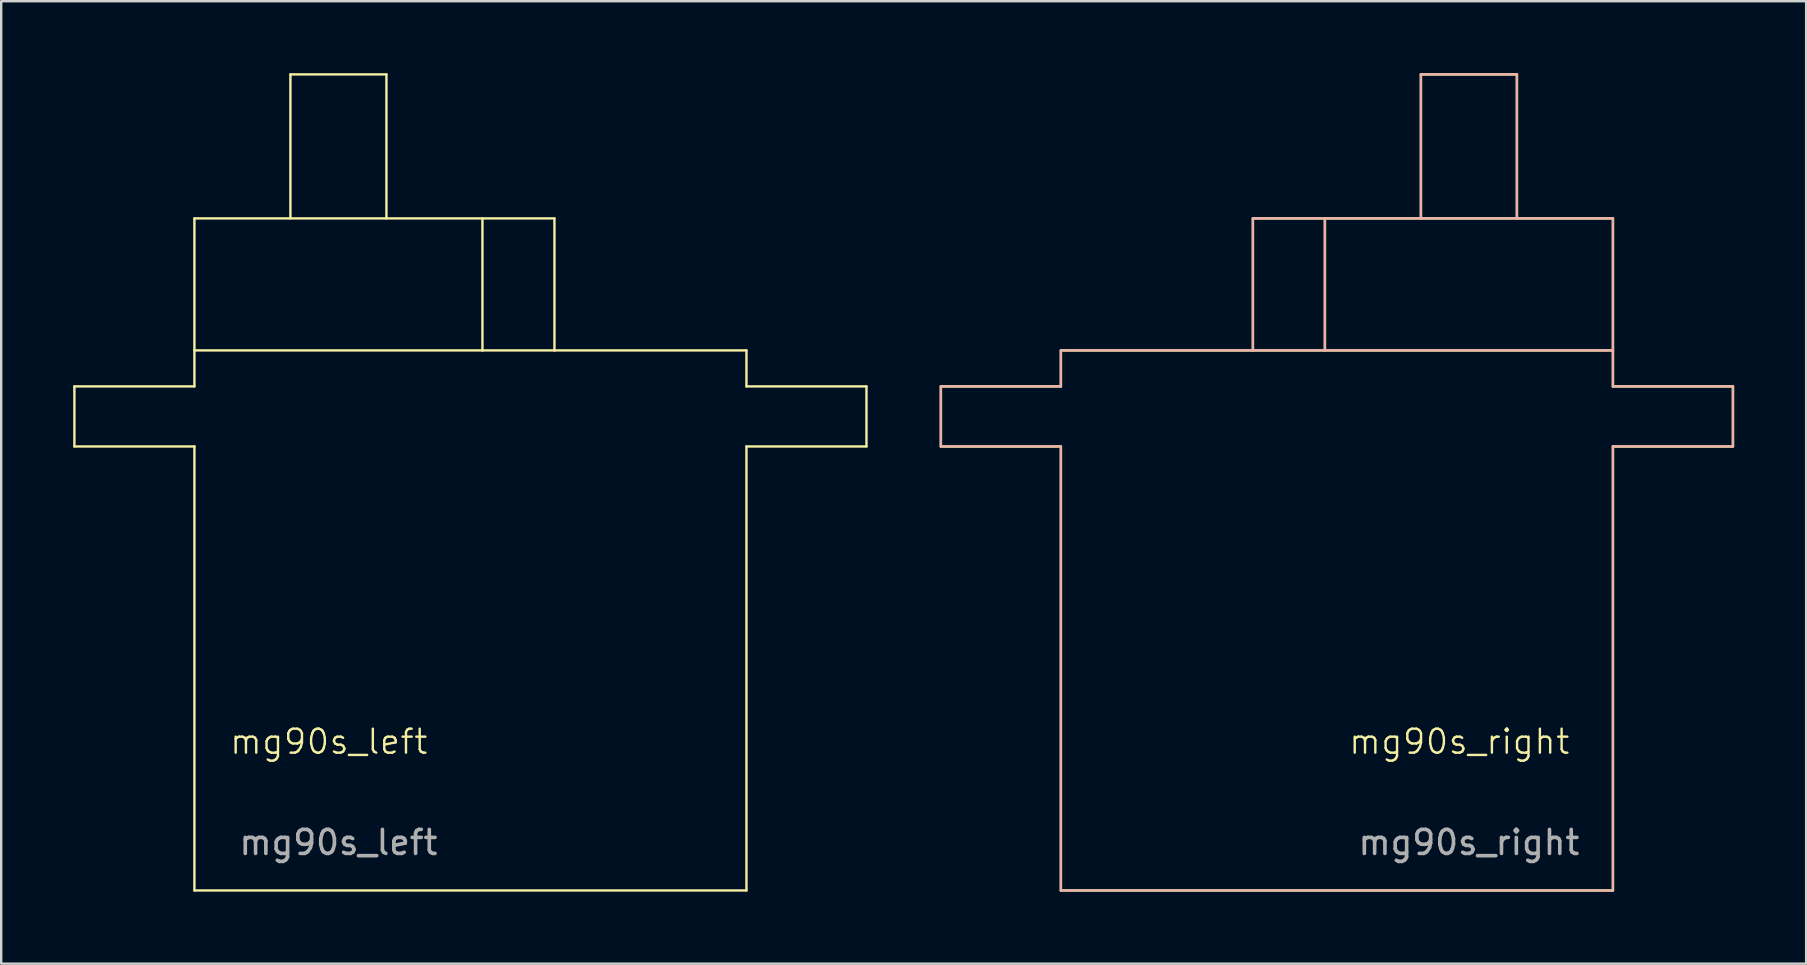
<source format=kicad_pcb>
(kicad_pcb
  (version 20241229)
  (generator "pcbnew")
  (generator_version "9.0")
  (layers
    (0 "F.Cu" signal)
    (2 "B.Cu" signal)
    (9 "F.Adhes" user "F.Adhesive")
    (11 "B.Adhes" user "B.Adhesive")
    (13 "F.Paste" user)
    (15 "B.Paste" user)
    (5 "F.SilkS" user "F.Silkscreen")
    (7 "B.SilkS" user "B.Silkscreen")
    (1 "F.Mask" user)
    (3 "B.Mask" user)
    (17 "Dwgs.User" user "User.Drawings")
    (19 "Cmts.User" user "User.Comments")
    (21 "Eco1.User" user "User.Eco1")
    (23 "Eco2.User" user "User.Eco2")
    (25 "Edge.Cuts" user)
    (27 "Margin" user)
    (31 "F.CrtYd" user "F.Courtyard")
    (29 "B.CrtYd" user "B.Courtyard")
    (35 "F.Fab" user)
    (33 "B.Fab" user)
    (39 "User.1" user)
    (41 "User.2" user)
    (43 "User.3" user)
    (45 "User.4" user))
  (footprint "mg90s_right"
    (layer "F.Cu")
    (at 58.15 15.55)
    (property "Reference" "mg90s_right" (at -0.4 12.3 0) (unlocked yes) (layer "F.SilkS") (effects (font (size 1 1) (thickness 0.1))))
    (fp_line (start -22 -2.5) (end -22 0) (stroke (width 0.1) (type default)) (layer "F.SilkS"))
    (fp_line (start -22 0) (end -17 0) (stroke (width 0.1) (type default)) (layer "F.SilkS"))
    (fp_line (start -17 -4) (end -17 -2.5) (stroke (width 0.1) (type default)) (layer "F.SilkS"))
    (fp_line (start -17 -2.5) (end -22 -2.5) (stroke (width 0.1) (type default)) (layer "F.SilkS"))
    (fp_line (start -17 0) (end -17 18.5) (stroke (width 0.1) (type default)) (layer "F.SilkS"))
    (fp_line (start -17 18.5) (end 6 18.5) (stroke (width 0.1) (type default)) (layer "F.SilkS"))
    (fp_line (start -9 -9.5) (end -9 -4) (stroke (width 0.1) (type default)) (layer "F.SilkS"))
    (fp_line (start -9 -4) (end -17 -4) (stroke (width 0.1) (type default)) (layer "F.SilkS"))
    (fp_line (start -9 -4) (end 6 -4) (stroke (width 0.1) (type default)) (layer "F.SilkS"))
    (fp_line (start -6 -9.5) (end -6 -4) (stroke (width 0.1) (type default)) (layer "F.SilkS"))
    (fp_line (start -2 -15.5) (end 2 -15.5) (stroke (width 0.1) (type default)) (layer "F.SilkS"))
    (fp_line (start -2 -9.5) (end -2 -15.5) (stroke (width 0.1) (type default)) (layer "F.SilkS"))
    (fp_line (start 2 -15.5) (end 2 -9.5) (stroke (width 0.1) (type default)) (layer "F.SilkS"))
    (fp_line (start 6 -9.5) (end -9 -9.5) (stroke (width 0.1) (type default)) (layer "F.SilkS"))
    (fp_line (start 6 -2.5) (end 6 -9.5) (stroke (width 0.1) (type default)) (layer "F.SilkS"))
    (fp_line (start 6 0) (end 11 0) (stroke (width 0.1) (type default)) (layer "F.SilkS"))
    (fp_line (start 6 18.5) (end 6 0) (stroke (width 0.1) (type default)) (layer "F.SilkS"))
    (fp_line (start 11 -2.5) (end 6 -2.5) (stroke (width 0.1) (type default)) (layer "F.SilkS"))
    (fp_line (start 11 0) (end 11 -2.5) (stroke (width 0.1) (type default)) (layer "F.SilkS"))
    (fp_line (start -22 -2.5) (end -17 -2.5) (stroke (width 0.1) (type default)) (layer "B.SilkS"))
    (fp_line (start -22 0) (end -22 -2.5) (stroke (width 0.1) (type default)) (layer "B.SilkS"))
    (fp_line (start -17 -4) (end -9 -4) (stroke (width 0.1) (type default)) (layer "B.SilkS"))
    (fp_line (start -17 -2.5) (end -17 -4) (stroke (width 0.1) (type default)) (layer "B.SilkS"))
    (fp_line (start -17 0) (end -22 0) (stroke (width 0.1) (type default)) (layer "B.SilkS"))
    (fp_line (start -17 0) (end -17 18.5) (stroke (width 0.1) (type default)) (layer "B.SilkS"))
    (fp_line (start -9 -4) (end -9 -9.5) (stroke (width 0.1) (type default)) (layer "B.SilkS"))
    (fp_line (start -6 -4) (end -9 -4) (stroke (width 0.1) (type default)) (layer "B.SilkS"))
    (fp_line (start -6 -4) (end -6 -9.5) (stroke (width 0.1) (type default)) (layer "B.SilkS"))
    (fp_line (start -2 -15.5) (end -2 -9.5) (stroke (width 0.1) (type default)) (layer "B.SilkS"))
    (fp_line (start 2 -15.5) (end -2 -15.5) (stroke (width 0.1) (type default)) (layer "B.SilkS"))
    (fp_line (start 2 -9.5) (end 2 -15.5) (stroke (width 0.1) (type default)) (layer "B.SilkS"))
    (fp_line (start 6 -9.5) (end -9 -9.5) (stroke (width 0.1) (type default)) (layer "B.SilkS"))
    (fp_line (start 6 -9.5) (end 6 -2.5) (stroke (width 0.1) (type default)) (layer "B.SilkS"))
    (fp_line (start 6 -4) (end -6 -4) (stroke (width 0.1) (type default)) (layer "B.SilkS"))
    (fp_line (start 6 -2.5) (end 11 -2.5) (stroke (width 0.1) (type default)) (layer "B.SilkS"))
    (fp_line (start 6 18.5) (end -17 18.5) (stroke (width 0.1) (type default)) (layer "B.SilkS"))
    (fp_line (start 6 18.5) (end 6 0) (stroke (width 0.1) (type default)) (layer "B.SilkS"))
    (fp_line (start 11 -2.5) (end 11 0) (stroke (width 0.1) (type default)) (layer "B.SilkS"))
    (fp_line (start 11 0) (end 6 0) (stroke (width 0.1) (type default)) (layer "B.SilkS"))
    (fp_text user "${REFERENCE}" (at 0 16.5 0) (unlocked yes) (layer "F.Fab") (effects (font (size 1 1) (thickness 0.15)))))
  (footprint "mg90s_left"
    (layer "F.Cu")
    (at 11.05 15.55)
    (property "Reference" "mg90s_left" (at -0.4 12.3 0) (unlocked yes) (layer "F.SilkS") (effects (font (size 1 1) (thickness 0.1))))
    (fp_line (start -11 -2.5) (end -11 0) (stroke (width 0.1) (type default)) (layer "F.SilkS"))
    (fp_line (start -11 0) (end -6 0) (stroke (width 0.1) (type default)) (layer "F.SilkS"))
    (fp_line (start -6 -9.5) (end -6 -2.5) (stroke (width 0.1) (type default)) (layer "F.SilkS"))
    (fp_line (start -6 -9.5) (end 9 -9.5) (stroke (width 0.1) (type default)) (layer "F.SilkS"))
    (fp_line (start -6 -4) (end 6 -4) (stroke (width 0.1) (type default)) (layer "F.SilkS"))
    (fp_line (start -6 -2.5) (end -11 -2.5) (stroke (width 0.1) (type default)) (layer "F.SilkS"))
    (fp_line (start -6 18.5) (end -6 0) (stroke (width 0.1) (type default)) (layer "F.SilkS"))
    (fp_line (start -6 18.5) (end 17 18.5) (stroke (width 0.1) (type default)) (layer "F.SilkS"))
    (fp_line (start -2 -15.5) (end 2 -15.5) (stroke (width 0.1) (type default)) (layer "F.SilkS"))
    (fp_line (start -2 -9.5) (end -2 -15.5) (stroke (width 0.1) (type default)) (layer "F.SilkS"))
    (fp_line (start 2 -15.5) (end 2 -9.5) (stroke (width 0.1) (type default)) (layer "F.SilkS"))
    (fp_line (start 6 -4) (end 6 -9.5) (stroke (width 0.1) (type default)) (layer "F.SilkS"))
    (fp_line (start 6 -4) (end 9 -4) (stroke (width 0.1) (type default)) (layer "F.SilkS"))
    (fp_line (start 9 -4) (end 9 -9.5) (stroke (width 0.1) (type default)) (layer "F.SilkS"))
    (fp_line (start 17 -4) (end 9 -4) (stroke (width 0.1) (type default)) (layer "F.SilkS"))
    (fp_line (start 17 -2.5) (end 17 -4) (stroke (width 0.1) (type default)) (layer "F.SilkS"))
    (fp_line (start 17 0) (end 17 18.5) (stroke (width 0.1) (type default)) (layer "F.SilkS"))
    (fp_line (start 17 0) (end 22 0) (stroke (width 0.1) (type default)) (layer "F.SilkS"))
    (fp_line (start 22 -2.5) (end 17 -2.5) (stroke (width 0.1) (type default)) (layer "F.SilkS"))
    (fp_line (start 22 0) (end 22 -2.5) (stroke (width 0.1) (type default)) (layer "F.SilkS"))
    (fp_text user "${REFERENCE}" (at 0 16.5 0) (unlocked yes) (layer "F.Fab") (effects (font (size 1 1) (thickness 0.15)))))
  (gr_rect
    (start -3 -3)
    (end 72.2 37.1)
    (stroke (width 0.1) (type default))
    (fill no)
    (layer "Edge.Cuts")))
</source>
